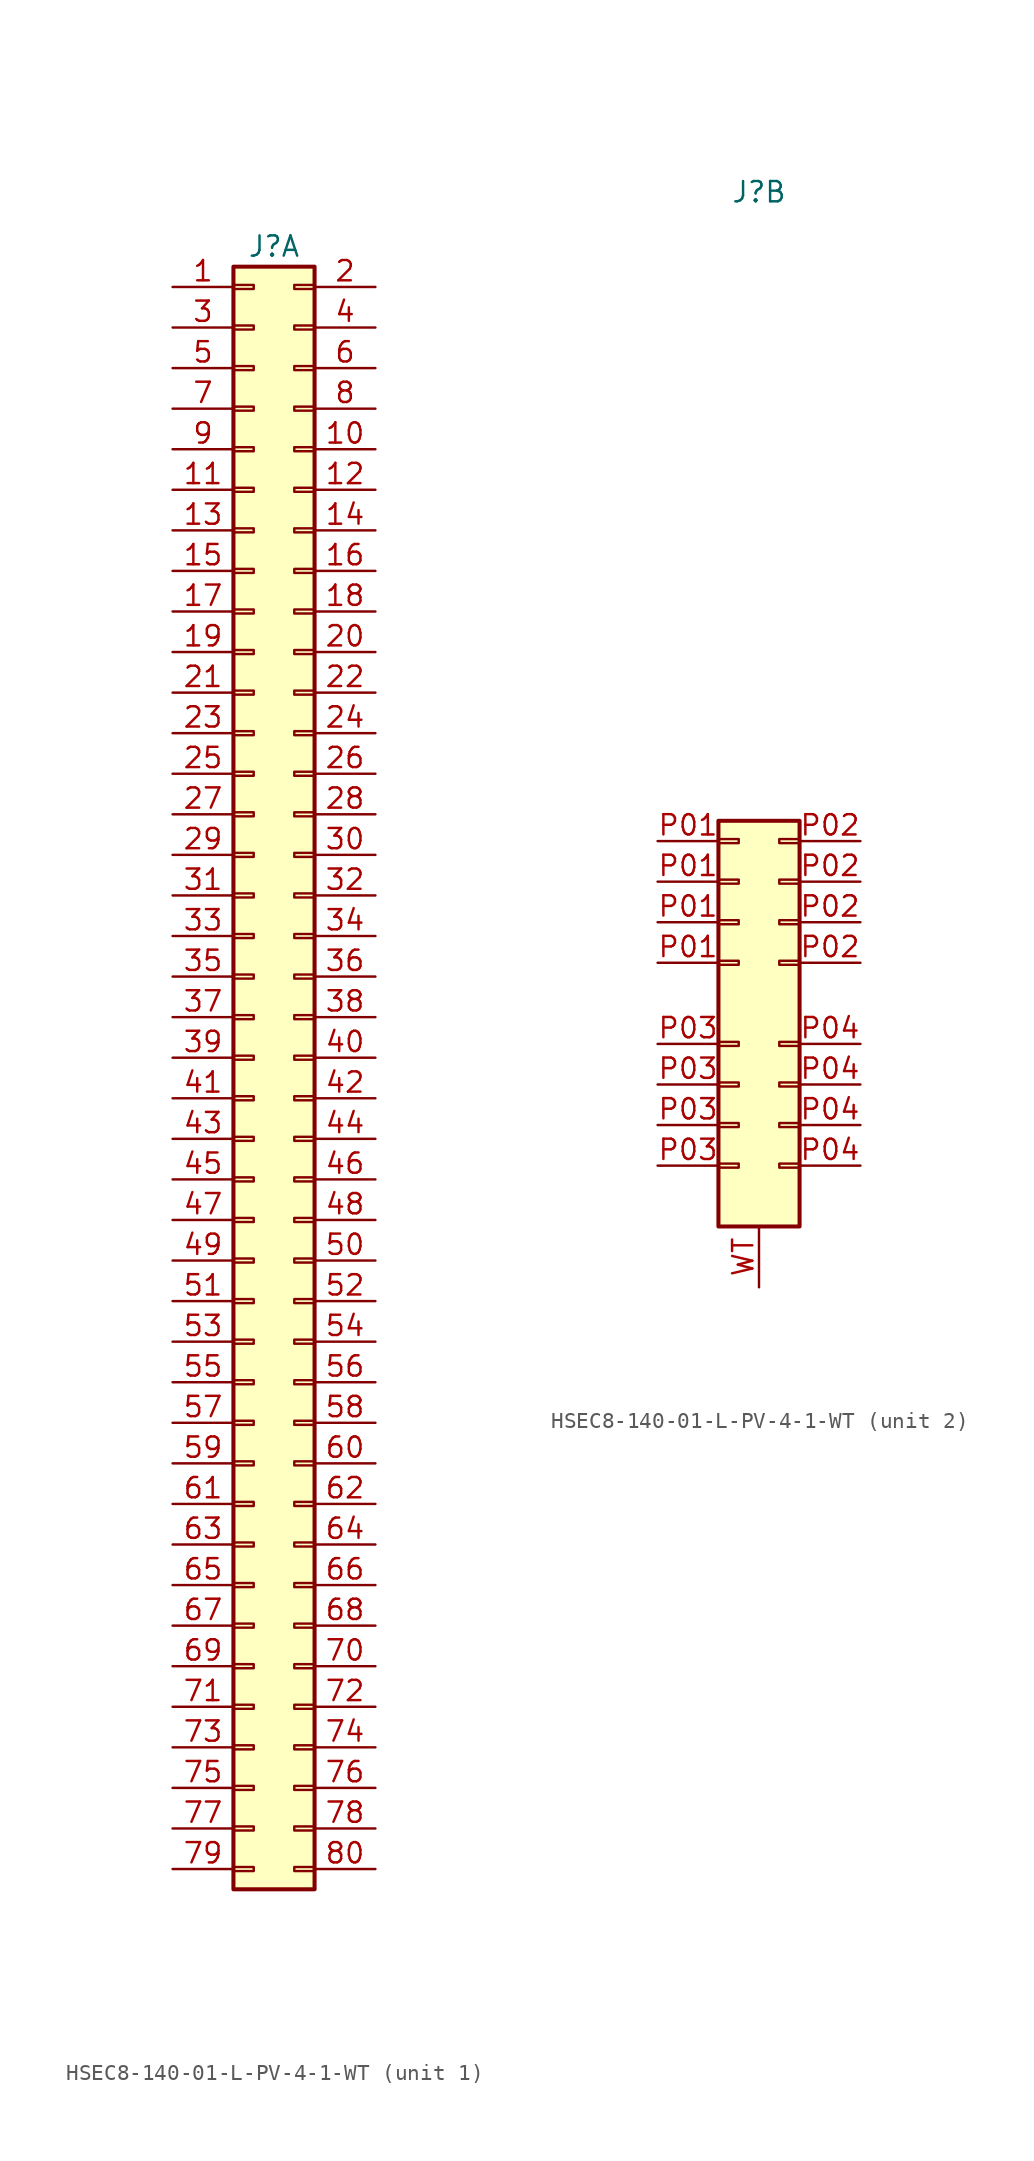
<source format=kicad_sym>
(kicad_symbol_lib
  (version 20241209)
  (generator "kicad_symbol_editor")
  (generator_version "9.0")
  (symbol "HSEC8-140-01-L-PV-4-1-WT"
    (property "Reference" "J"
      (at 0 50.8 0)
      (effects (font (size 1.27 1.27))))
    (property "ki_locked" ""
      (at 0 0 0)
      (effects (font (size 1.27 1.27))))
    (symbol "HSEC8-140-01-L-PV-4-1-WT_1_1"
      (rectangle (start -2.54 49.53) (end 2.54 -52.07) (stroke (width 0.254) (type default)) (fill (type background)))
      (rectangle (start -2.54 48.387) (end -1.27 48.133) (stroke (width 0.152) (type default)) (fill (type none)))
      (rectangle (start -2.54 45.847) (end -1.27 45.593) (stroke (width 0.152) (type default)) (fill (type none)))
      (rectangle (start -2.54 43.307) (end -1.27 43.053) (stroke (width 0.152) (type default)) (fill (type none)))
      (rectangle (start -2.54 40.767) (end -1.27 40.513) (stroke (width 0.152) (type default)) (fill (type none)))
      (rectangle (start -2.54 38.227) (end -1.27 37.973) (stroke (width 0.152) (type default)) (fill (type none)))
      (rectangle (start -2.54 35.687) (end -1.27 35.433) (stroke (width 0.152) (type default)) (fill (type none)))
      (rectangle (start -2.54 33.147) (end -1.27 32.893) (stroke (width 0.152) (type default)) (fill (type none)))
      (rectangle (start -2.54 30.607) (end -1.27 30.353) (stroke (width 0.152) (type default)) (fill (type none)))
      (rectangle (start -2.54 28.067) (end -1.27 27.813) (stroke (width 0.152) (type default)) (fill (type none)))
      (rectangle (start -2.54 25.527) (end -1.27 25.273) (stroke (width 0.152) (type default)) (fill (type none)))
      (rectangle (start -2.54 22.987) (end -1.27 22.733) (stroke (width 0.152) (type default)) (fill (type none)))
      (rectangle (start -2.54 20.447) (end -1.27 20.193) (stroke (width 0.152) (type default)) (fill (type none)))
      (rectangle (start -2.54 17.907) (end -1.27 17.653) (stroke (width 0.152) (type default)) (fill (type none)))
      (rectangle (start -2.54 15.367) (end -1.27 15.113) (stroke (width 0.152) (type default)) (fill (type none)))
      (rectangle (start -2.54 12.827) (end -1.27 12.573) (stroke (width 0.152) (type default)) (fill (type none)))
      (rectangle (start -2.54 10.287) (end -1.27 10.033) (stroke (width 0.152) (type default)) (fill (type none)))
      (rectangle (start -2.54 7.747) (end -1.27 7.493) (stroke (width 0.152) (type default)) (fill (type none)))
      (rectangle (start -2.54 5.207) (end -1.27 4.953) (stroke (width 0.152) (type default)) (fill (type none)))
      (rectangle (start -2.54 2.667) (end -1.27 2.413) (stroke (width 0.152) (type default)) (fill (type none)))
      (rectangle (start -2.54 0.127) (end -1.27 -0.127) (stroke (width 0.152) (type default)) (fill (type none)))
      (rectangle (start -2.54 -2.413) (end -1.27 -2.667) (stroke (width 0.152) (type default)) (fill (type none)))
      (rectangle (start -2.54 -4.953) (end -1.27 -5.207) (stroke (width 0.152) (type default)) (fill (type none)))
      (rectangle (start -2.54 -7.493) (end -1.27 -7.747) (stroke (width 0.152) (type default)) (fill (type none)))
      (rectangle (start -2.54 -10.033) (end -1.27 -10.287) (stroke (width 0.152) (type default)) (fill (type none)))
      (rectangle (start -2.54 -12.573) (end -1.27 -12.827) (stroke (width 0.152) (type default)) (fill (type none)))
      (rectangle (start -2.54 -15.113) (end -1.27 -15.367) (stroke (width 0.152) (type default)) (fill (type none)))
      (rectangle (start -2.54 -17.653) (end -1.27 -17.907) (stroke (width 0.152) (type default)) (fill (type none)))
      (rectangle (start -2.54 -20.193) (end -1.27 -20.447) (stroke (width 0.152) (type default)) (fill (type none)))
      (rectangle (start -2.54 -22.733) (end -1.27 -22.987) (stroke (width 0.152) (type default)) (fill (type none)))
      (rectangle (start -2.54 -25.273) (end -1.27 -25.527) (stroke (width 0.152) (type default)) (fill (type none)))
      (rectangle (start -2.54 -27.813) (end -1.27 -28.067) (stroke (width 0.152) (type default)) (fill (type none)))
      (rectangle (start -2.54 -30.353) (end -1.27 -30.607) (stroke (width 0.152) (type default)) (fill (type none)))
      (rectangle (start -2.54 -32.893) (end -1.27 -33.147) (stroke (width 0.152) (type default)) (fill (type none)))
      (rectangle (start -2.54 -35.433) (end -1.27 -35.687) (stroke (width 0.152) (type default)) (fill (type none)))
      (rectangle (start -2.54 -37.973) (end -1.27 -38.227) (stroke (width 0.152) (type default)) (fill (type none)))
      (rectangle (start -2.54 -40.513) (end -1.27 -40.767) (stroke (width 0.152) (type default)) (fill (type none)))
      (rectangle (start -2.54 -43.053) (end -1.27 -43.307) (stroke (width 0.152) (type default)) (fill (type none)))
      (rectangle (start -2.54 -45.593) (end -1.27 -45.847) (stroke (width 0.152) (type default)) (fill (type none)))
      (rectangle (start -2.54 -48.133) (end -1.27 -48.387) (stroke (width 0.152) (type default)) (fill (type none)))
      (rectangle (start -2.54 -50.673) (end -1.27 -50.927) (stroke (width 0.152) (type default)) (fill (type none)))
      (rectangle (start 1.27 -25.273) (end 2.54 -25.527) (stroke (width 0.152) (type default)) (fill (type none)))
      (rectangle (start 2.54 48.387) (end 1.27 48.133) (stroke (width 0.152) (type default)) (fill (type none)))
      (rectangle (start 2.54 45.847) (end 1.27 45.593) (stroke (width 0.152) (type default)) (fill (type none)))
      (rectangle (start 2.54 43.307) (end 1.27 43.053) (stroke (width 0.152) (type default)) (fill (type none)))
      (rectangle (start 2.54 40.767) (end 1.27 40.513) (stroke (width 0.152) (type default)) (fill (type none)))
      (rectangle (start 2.54 38.227) (end 1.27 37.973) (stroke (width 0.152) (type default)) (fill (type none)))
      (rectangle (start 2.54 35.687) (end 1.27 35.433) (stroke (width 0.152) (type default)) (fill (type none)))
      (rectangle (start 2.54 33.147) (end 1.27 32.893) (stroke (width 0.152) (type default)) (fill (type none)))
      (rectangle (start 2.54 30.607) (end 1.27 30.353) (stroke (width 0.152) (type default)) (fill (type none)))
      (rectangle (start 2.54 28.067) (end 1.27 27.813) (stroke (width 0.152) (type default)) (fill (type none)))
      (rectangle (start 2.54 25.527) (end 1.27 25.273) (stroke (width 0.152) (type default)) (fill (type none)))
      (rectangle (start 2.54 22.987) (end 1.27 22.733) (stroke (width 0.152) (type default)) (fill (type none)))
      (rectangle (start 2.54 20.447) (end 1.27 20.193) (stroke (width 0.152) (type default)) (fill (type none)))
      (rectangle (start 2.54 17.907) (end 1.27 17.653) (stroke (width 0.152) (type default)) (fill (type none)))
      (rectangle (start 2.54 15.367) (end 1.27 15.113) (stroke (width 0.152) (type default)) (fill (type none)))
      (rectangle (start 2.54 12.827) (end 1.27 12.573) (stroke (width 0.152) (type default)) (fill (type none)))
      (rectangle (start 2.54 10.287) (end 1.27 10.033) (stroke (width 0.152) (type default)) (fill (type none)))
      (rectangle (start 2.54 7.747) (end 1.27 7.493) (stroke (width 0.152) (type default)) (fill (type none)))
      (rectangle (start 2.54 5.207) (end 1.27 4.953) (stroke (width 0.152) (type default)) (fill (type none)))
      (rectangle (start 2.54 2.667) (end 1.27 2.413) (stroke (width 0.152) (type default)) (fill (type none)))
      (rectangle (start 2.54 0.127) (end 1.27 -0.127) (stroke (width 0.152) (type default)) (fill (type none)))
      (rectangle (start 2.54 -2.413) (end 1.27 -2.667) (stroke (width 0.152) (type default)) (fill (type none)))
      (rectangle (start 2.54 -4.953) (end 1.27 -5.207) (stroke (width 0.152) (type default)) (fill (type none)))
      (rectangle (start 2.54 -7.493) (end 1.27 -7.747) (stroke (width 0.152) (type default)) (fill (type none)))
      (rectangle (start 2.54 -10.033) (end 1.27 -10.287) (stroke (width 0.152) (type default)) (fill (type none)))
      (rectangle (start 2.54 -12.573) (end 1.27 -12.827) (stroke (width 0.152) (type default)) (fill (type none)))
      (rectangle (start 2.54 -15.113) (end 1.27 -15.367) (stroke (width 0.152) (type default)) (fill (type none)))
      (rectangle (start 2.54 -17.653) (end 1.27 -17.907) (stroke (width 0.152) (type default)) (fill (type none)))
      (rectangle (start 2.54 -20.193) (end 1.27 -20.447) (stroke (width 0.152) (type default)) (fill (type none)))
      (rectangle (start 2.54 -22.733) (end 1.27 -22.987) (stroke (width 0.152) (type default)) (fill (type none)))
      (rectangle (start 2.54 -27.813) (end 1.27 -28.067) (stroke (width 0.152) (type default)) (fill (type none)))
      (rectangle (start 2.54 -30.353) (end 1.27 -30.607) (stroke (width 0.152) (type default)) (fill (type none)))
      (rectangle (start 2.54 -32.893) (end 1.27 -33.147) (stroke (width 0.152) (type default)) (fill (type none)))
      (rectangle (start 2.54 -35.433) (end 1.27 -35.687) (stroke (width 0.152) (type default)) (fill (type none)))
      (rectangle (start 2.54 -37.973) (end 1.27 -38.227) (stroke (width 0.152) (type default)) (fill (type none)))
      (rectangle (start 2.54 -40.513) (end 1.27 -40.767) (stroke (width 0.152) (type default)) (fill (type none)))
      (rectangle (start 2.54 -43.053) (end 1.27 -43.307) (stroke (width 0.152) (type default)) (fill (type none)))
      (rectangle (start 2.54 -45.593) (end 1.27 -45.847) (stroke (width 0.152) (type default)) (fill (type none)))
      (rectangle (start 2.54 -48.133) (end 1.27 -48.387) (stroke (width 0.152) (type default)) (fill (type none)))
      (rectangle (start 2.54 -50.673) (end 1.27 -50.927) (stroke (width 0.152) (type default)) (fill (type none)))
      (pin passive line (at -6.35 48.26 0) (length 3.81) (name "" (effects (font (size 1.27 1.27)))) (number "1" (effects (font (size 1.27 1.27)))))
      (pin passive line (at -6.35 45.72 0) (length 3.81) (name "" (effects (font (size 1.27 1.27)))) (number "3" (effects (font (size 1.27 1.27)))))
      (pin passive line (at -6.35 43.18 0) (length 3.81) (name "" (effects (font (size 1.27 1.27)))) (number "5" (effects (font (size 1.27 1.27)))))
      (pin passive line (at -6.35 40.64 0) (length 3.81) (name "" (effects (font (size 1.27 1.27)))) (number "7" (effects (font (size 1.27 1.27)))))
      (pin passive line (at -6.35 38.1 0) (length 3.81) (name "" (effects (font (size 1.27 1.27)))) (number "9" (effects (font (size 1.27 1.27)))))
      (pin passive line (at -6.35 35.56 0) (length 3.81) (name "" (effects (font (size 1.27 1.27)))) (number "11" (effects (font (size 1.27 1.27)))))
      (pin passive line (at -6.35 33.02 0) (length 3.81) (name "" (effects (font (size 1.27 1.27)))) (number "13" (effects (font (size 1.27 1.27)))))
      (pin passive line (at -6.35 30.48 0) (length 3.81) (name "" (effects (font (size 1.27 1.27)))) (number "15" (effects (font (size 1.27 1.27)))))
      (pin passive line (at -6.35 27.94 0) (length 3.81) (name "" (effects (font (size 1.27 1.27)))) (number "17" (effects (font (size 1.27 1.27)))))
      (pin passive line (at -6.35 25.4 0) (length 3.81) (name "" (effects (font (size 1.27 1.27)))) (number "19" (effects (font (size 1.27 1.27)))))
      (pin passive line (at -6.35 22.86 0) (length 3.81) (name "" (effects (font (size 1.27 1.27)))) (number "21" (effects (font (size 1.27 1.27)))))
      (pin passive line (at -6.35 20.32 0) (length 3.81) (name "" (effects (font (size 1.27 1.27)))) (number "23" (effects (font (size 1.27 1.27)))))
      (pin passive line (at -6.35 17.78 0) (length 3.81) (name "" (effects (font (size 1.27 1.27)))) (number "25" (effects (font (size 1.27 1.27)))))
      (pin passive line (at -6.35 15.24 0) (length 3.81) (name "" (effects (font (size 1.27 1.27)))) (number "27" (effects (font (size 1.27 1.27)))))
      (pin passive line (at -6.35 12.7 0) (length 3.81) (name "" (effects (font (size 1.27 1.27)))) (number "29" (effects (font (size 1.27 1.27)))))
      (pin passive line (at -6.35 10.16 0) (length 3.81) (name "" (effects (font (size 1.27 1.27)))) (number "31" (effects (font (size 1.27 1.27)))))
      (pin passive line (at -6.35 7.62 0) (length 3.81) (name "" (effects (font (size 1.27 1.27)))) (number "33" (effects (font (size 1.27 1.27)))))
      (pin passive line (at -6.35 5.08 0) (length 3.81) (name "" (effects (font (size 1.27 1.27)))) (number "35" (effects (font (size 1.27 1.27)))))
      (pin passive line (at -6.35 2.54 0) (length 3.81) (name "" (effects (font (size 1.27 1.27)))) (number "37" (effects (font (size 1.27 1.27)))))
      (pin passive line (at -6.35 0 0) (length 3.81) (name "" (effects (font (size 1.27 1.27)))) (number "39" (effects (font (size 1.27 1.27)))))
      (pin passive line (at -6.35 -2.54 0) (length 3.81) (name "" (effects (font (size 1.27 1.27)))) (number "41" (effects (font (size 1.27 1.27)))))
      (pin passive line (at -6.35 -5.08 0) (length 3.81) (name "" (effects (font (size 1.27 1.27)))) (number "43" (effects (font (size 1.27 1.27)))))
      (pin passive line (at -6.35 -7.62 0) (length 3.81) (name "" (effects (font (size 1.27 1.27)))) (number "45" (effects (font (size 1.27 1.27)))))
      (pin passive line (at -6.35 -10.16 0) (length 3.81) (name "" (effects (font (size 1.27 1.27)))) (number "47" (effects (font (size 1.27 1.27)))))
      (pin passive line (at -6.35 -12.7 0) (length 3.81) (name "" (effects (font (size 1.27 1.27)))) (number "49" (effects (font (size 1.27 1.27)))))
      (pin passive line (at -6.35 -15.24 0) (length 3.81) (name "" (effects (font (size 1.27 1.27)))) (number "51" (effects (font (size 1.27 1.27)))))
      (pin passive line (at -6.35 -17.78 0) (length 3.81) (name "" (effects (font (size 1.27 1.27)))) (number "53" (effects (font (size 1.27 1.27)))))
      (pin passive line (at -6.35 -20.32 0) (length 3.81) (name "" (effects (font (size 1.27 1.27)))) (number "55" (effects (font (size 1.27 1.27)))))
      (pin passive line (at -6.35 -22.86 0) (length 3.81) (name "" (effects (font (size 1.27 1.27)))) (number "57" (effects (font (size 1.27 1.27)))))
      (pin passive line (at -6.35 -25.4 0) (length 3.81) (name "" (effects (font (size 1.27 1.27)))) (number "59" (effects (font (size 1.27 1.27)))))
      (pin passive line (at -6.35 -27.94 0) (length 3.81) (name "" (effects (font (size 1.27 1.27)))) (number "61" (effects (font (size 1.27 1.27)))))
      (pin passive line (at -6.35 -30.48 0) (length 3.81) (name "" (effects (font (size 1.27 1.27)))) (number "63" (effects (font (size 1.27 1.27)))))
      (pin passive line (at -6.35 -33.02 0) (length 3.81) (name "" (effects (font (size 1.27 1.27)))) (number "65" (effects (font (size 1.27 1.27)))))
      (pin passive line (at -6.35 -35.56 0) (length 3.81) (name "" (effects (font (size 1.27 1.27)))) (number "67" (effects (font (size 1.27 1.27)))))
      (pin passive line (at -6.35 -38.1 0) (length 3.81) (name "" (effects (font (size 1.27 1.27)))) (number "69" (effects (font (size 1.27 1.27)))))
      (pin passive line (at -6.35 -40.64 0) (length 3.81) (name "" (effects (font (size 1.27 1.27)))) (number "71" (effects (font (size 1.27 1.27)))))
      (pin passive line (at -6.35 -43.18 0) (length 3.81) (name "" (effects (font (size 1.27 1.27)))) (number "73" (effects (font (size 1.27 1.27)))))
      (pin passive line (at -6.35 -45.72 0) (length 3.81) (name "" (effects (font (size 1.27 1.27)))) (number "75" (effects (font (size 1.27 1.27)))))
      (pin passive line (at -6.35 -48.26 0) (length 3.81) (name "" (effects (font (size 1.27 1.27)))) (number "77" (effects (font (size 1.27 1.27)))))
      (pin passive line (at -6.35 -50.8 0) (length 3.81) (name "" (effects (font (size 1.27 1.27)))) (number "79" (effects (font (size 1.27 1.27)))))
      (pin passive line (at 6.35 48.26 180) (length 3.81) (name "" (effects (font (size 1.27 1.27)))) (number "2" (effects (font (size 1.27 1.27)))))
      (pin passive line (at 6.35 45.72 180) (length 3.81) (name "" (effects (font (size 1.27 1.27)))) (number "4" (effects (font (size 1.27 1.27)))))
      (pin passive line (at 6.35 43.18 180) (length 3.81) (name "" (effects (font (size 1.27 1.27)))) (number "6" (effects (font (size 1.27 1.27)))))
      (pin passive line (at 6.35 40.64 180) (length 3.81) (name "" (effects (font (size 1.27 1.27)))) (number "8" (effects (font (size 1.27 1.27)))))
      (pin passive line (at 6.35 38.1 180) (length 3.81) (name "" (effects (font (size 1.27 1.27)))) (number "10" (effects (font (size 1.27 1.27)))))
      (pin passive line (at 6.35 35.56 180) (length 3.81) (name "" (effects (font (size 1.27 1.27)))) (number "12" (effects (font (size 1.27 1.27)))))
      (pin passive line (at 6.35 33.02 180) (length 3.81) (name "" (effects (font (size 1.27 1.27)))) (number "14" (effects (font (size 1.27 1.27)))))
      (pin passive line (at 6.35 30.48 180) (length 3.81) (name "" (effects (font (size 1.27 1.27)))) (number "16" (effects (font (size 1.27 1.27)))))
      (pin passive line (at 6.35 27.94 180) (length 3.81) (name "" (effects (font (size 1.27 1.27)))) (number "18" (effects (font (size 1.27 1.27)))))
      (pin passive line (at 6.35 25.4 180) (length 3.81) (name "" (effects (font (size 1.27 1.27)))) (number "20" (effects (font (size 1.27 1.27)))))
      (pin passive line (at 6.35 22.86 180) (length 3.81) (name "" (effects (font (size 1.27 1.27)))) (number "22" (effects (font (size 1.27 1.27)))))
      (pin passive line (at 6.35 20.32 180) (length 3.81) (name "" (effects (font (size 1.27 1.27)))) (number "24" (effects (font (size 1.27 1.27)))))
      (pin passive line (at 6.35 17.78 180) (length 3.81) (name "" (effects (font (size 1.27 1.27)))) (number "26" (effects (font (size 1.27 1.27)))))
      (pin passive line (at 6.35 15.24 180) (length 3.81) (name "" (effects (font (size 1.27 1.27)))) (number "28" (effects (font (size 1.27 1.27)))))
      (pin passive line (at 6.35 12.7 180) (length 3.81) (name "" (effects (font (size 1.27 1.27)))) (number "30" (effects (font (size 1.27 1.27)))))
      (pin passive line (at 6.35 10.16 180) (length 3.81) (name "" (effects (font (size 1.27 1.27)))) (number "32" (effects (font (size 1.27 1.27)))))
      (pin passive line (at 6.35 7.62 180) (length 3.81) (name "" (effects (font (size 1.27 1.27)))) (number "34" (effects (font (size 1.27 1.27)))))
      (pin passive line (at 6.35 5.08 180) (length 3.81) (name "" (effects (font (size 1.27 1.27)))) (number "36" (effects (font (size 1.27 1.27)))))
      (pin passive line (at 6.35 2.54 180) (length 3.81) (name "" (effects (font (size 1.27 1.27)))) (number "38" (effects (font (size 1.27 1.27)))))
      (pin passive line (at 6.35 0 180) (length 3.81) (name "" (effects (font (size 1.27 1.27)))) (number "40" (effects (font (size 1.27 1.27)))))
      (pin passive line (at 6.35 -2.54 180) (length 3.81) (name "" (effects (font (size 1.27 1.27)))) (number "42" (effects (font (size 1.27 1.27)))))
      (pin passive line (at 6.35 -5.08 180) (length 3.81) (name "" (effects (font (size 1.27 1.27)))) (number "44" (effects (font (size 1.27 1.27)))))
      (pin passive line (at 6.35 -7.62 180) (length 3.81) (name "" (effects (font (size 1.27 1.27)))) (number "46" (effects (font (size 1.27 1.27)))))
      (pin passive line (at 6.35 -10.16 180) (length 3.81) (name "" (effects (font (size 1.27 1.27)))) (number "48" (effects (font (size 1.27 1.27)))))
      (pin passive line (at 6.35 -12.7 180) (length 3.81) (name "" (effects (font (size 1.27 1.27)))) (number "50" (effects (font (size 1.27 1.27)))))
      (pin passive line (at 6.35 -15.24 180) (length 3.81) (name "" (effects (font (size 1.27 1.27)))) (number "52" (effects (font (size 1.27 1.27)))))
      (pin passive line (at 6.35 -17.78 180) (length 3.81) (name "" (effects (font (size 1.27 1.27)))) (number "54" (effects (font (size 1.27 1.27)))))
      (pin passive line (at 6.35 -20.32 180) (length 3.81) (name "" (effects (font (size 1.27 1.27)))) (number "56" (effects (font (size 1.27 1.27)))))
      (pin passive line (at 6.35 -22.86 180) (length 3.81) (name "" (effects (font (size 1.27 1.27)))) (number "58" (effects (font (size 1.27 1.27)))))
      (pin passive line (at 6.35 -25.4 180) (length 3.81) (name "" (effects (font (size 1.27 1.27)))) (number "60" (effects (font (size 1.27 1.27)))))
      (pin passive line (at 6.35 -27.94 180) (length 3.81) (name "" (effects (font (size 1.27 1.27)))) (number "62" (effects (font (size 1.27 1.27)))))
      (pin passive line (at 6.35 -30.48 180) (length 3.81) (name "" (effects (font (size 1.27 1.27)))) (number "64" (effects (font (size 1.27 1.27)))))
      (pin passive line (at 6.35 -33.02 180) (length 3.81) (name "" (effects (font (size 1.27 1.27)))) (number "66" (effects (font (size 1.27 1.27)))))
      (pin passive line (at 6.35 -35.56 180) (length 3.81) (name "" (effects (font (size 1.27 1.27)))) (number "68" (effects (font (size 1.27 1.27)))))
      (pin passive line (at 6.35 -38.1 180) (length 3.81) (name "" (effects (font (size 1.27 1.27)))) (number "70" (effects (font (size 1.27 1.27)))))
      (pin passive line (at 6.35 -40.64 180) (length 3.81) (name "" (effects (font (size 1.27 1.27)))) (number "72" (effects (font (size 1.27 1.27)))))
      (pin passive line (at 6.35 -43.18 180) (length 3.81) (name "" (effects (font (size 1.27 1.27)))) (number "74" (effects (font (size 1.27 1.27)))))
      (pin passive line (at 6.35 -45.72 180) (length 3.81) (name "" (effects (font (size 1.27 1.27)))) (number "76" (effects (font (size 1.27 1.27)))))
      (pin passive line (at 6.35 -48.26 180) (length 3.81) (name "" (effects (font (size 1.27 1.27)))) (number "78" (effects (font (size 1.27 1.27)))))
      (pin passive line (at 6.35 -50.8 180) (length 3.81) (name "" (effects (font (size 1.27 1.27)))) (number "80" (effects (font (size 1.27 1.27))))))
    (symbol "HSEC8-140-01-L-PV-4-1-WT_2_1"
      (rectangle (start -2.54 11.43) (end 2.54 -13.97) (stroke (width 0.254) (type default)) (fill (type background)))
      (rectangle (start -2.54 10.287) (end -1.27 10.033) (stroke (width 0.152) (type default)) (fill (type none)))
      (rectangle (start -2.54 7.747) (end -1.27 7.493) (stroke (width 0.152) (type default)) (fill (type none)))
      (rectangle (start -2.54 5.207) (end -1.27 4.953) (stroke (width 0.152) (type default)) (fill (type none)))
      (rectangle (start -2.54 2.667) (end -1.27 2.413) (stroke (width 0.152) (type default)) (fill (type none)))
      (rectangle (start -2.54 -2.413) (end -1.27 -2.667) (stroke (width 0.152) (type default)) (fill (type none)))
      (rectangle (start -2.54 -4.953) (end -1.27 -5.207) (stroke (width 0.152) (type default)) (fill (type none)))
      (rectangle (start -2.54 -7.493) (end -1.27 -7.747) (stroke (width 0.152) (type default)) (fill (type none)))
      (rectangle (start -2.54 -10.033) (end -1.27 -10.287) (stroke (width 0.152) (type default)) (fill (type none)))
      (rectangle (start 2.54 10.287) (end 1.27 10.033) (stroke (width 0.152) (type default)) (fill (type none)))
      (rectangle (start 2.54 7.747) (end 1.27 7.493) (stroke (width 0.152) (type default)) (fill (type none)))
      (rectangle (start 2.54 5.207) (end 1.27 4.953) (stroke (width 0.152) (type default)) (fill (type none)))
      (rectangle (start 2.54 2.667) (end 1.27 2.413) (stroke (width 0.152) (type default)) (fill (type none)))
      (rectangle (start 2.54 -2.413) (end 1.27 -2.667) (stroke (width 0.152) (type default)) (fill (type none)))
      (rectangle (start 2.54 -4.953) (end 1.27 -5.207) (stroke (width 0.152) (type default)) (fill (type none)))
      (rectangle (start 2.54 -7.493) (end 1.27 -7.747) (stroke (width 0.152) (type default)) (fill (type none)))
      (rectangle (start 2.54 -10.033) (end 1.27 -10.287) (stroke (width 0.152) (type default)) (fill (type none)))
      (pin power_in line (at -6.35 10.16 0) (length 3.81) (name "" (effects (font (size 1.27 1.27)))) (number "P01" (effects (font (size 1.27 1.27)))))
      (pin power_in line (at -6.35 7.62 0) (length 3.81) (name "" (effects (font (size 1.27 1.27)))) (number "P01" (effects (font (size 1.27 1.27)))))
      (pin power_in line (at -6.35 5.08 0) (length 3.81) (name "" (effects (font (size 1.27 1.27)))) (number "P01" (effects (font (size 1.27 1.27)))))
      (pin power_in line (at -6.35 2.54 0) (length 3.81) (name "" (effects (font (size 1.27 1.27)))) (number "P01" (effects (font (size 1.27 1.27)))))
      (pin power_in line (at -6.35 -2.54 0) (length 3.81) (name "" (effects (font (size 1.27 1.27)))) (number "P03" (effects (font (size 1.27 1.27)))))
      (pin power_in line (at -6.35 -5.08 0) (length 3.81) (name "" (effects (font (size 1.27 1.27)))) (number "P03" (effects (font (size 1.27 1.27)))))
      (pin power_in line (at -6.35 -7.62 0) (length 3.81) (name "" (effects (font (size 1.27 1.27)))) (number "P03" (effects (font (size 1.27 1.27)))))
      (pin power_in line (at -6.35 -10.16 0) (length 3.81) (name "" (effects (font (size 1.27 1.27)))) (number "P03" (effects (font (size 1.27 1.27)))))
      (pin passive line (at 0 -17.78 90) (length 3.81) (name "" (effects (font (size 1.27 1.27)))) (number "WT" (effects (font (size 1.27 1.27)))))
      (pin power_in line (at 6.35 10.16 180) (length 3.81) (name "" (effects (font (size 1.27 1.27)))) (number "P02" (effects (font (size 1.27 1.27)))))
      (pin power_in line (at 6.35 7.62 180) (length 3.81) (name "" (effects (font (size 1.27 1.27)))) (number "P02" (effects (font (size 1.27 1.27)))))
      (pin power_in line (at 6.35 5.08 180) (length 3.81) (name "" (effects (font (size 1.27 1.27)))) (number "P02" (effects (font (size 1.27 1.27)))))
      (pin power_in line (at 6.35 2.54 180) (length 3.81) (name "" (effects (font (size 1.27 1.27)))) (number "P02" (effects (font (size 1.27 1.27)))))
      (pin power_in line (at 6.35 -2.54 180) (length 3.81) (name "" (effects (font (size 1.27 1.27)))) (number "P04" (effects (font (size 1.27 1.27)))))
      (pin power_in line (at 6.35 -5.08 180) (length 3.81) (name "" (effects (font (size 1.27 1.27)))) (number "P04" (effects (font (size 1.27 1.27)))))
      (pin power_in line (at 6.35 -7.62 180) (length 3.81) (name "" (effects (font (size 1.27 1.27)))) (number "P04" (effects (font (size 1.27 1.27)))))
      (pin power_in line (at 6.35 -10.16 180) (length 3.81) (name "" (effects (font (size 1.27 1.27)))) (number "P04" (effects (font (size 1.27 1.27))))))))
</source>
